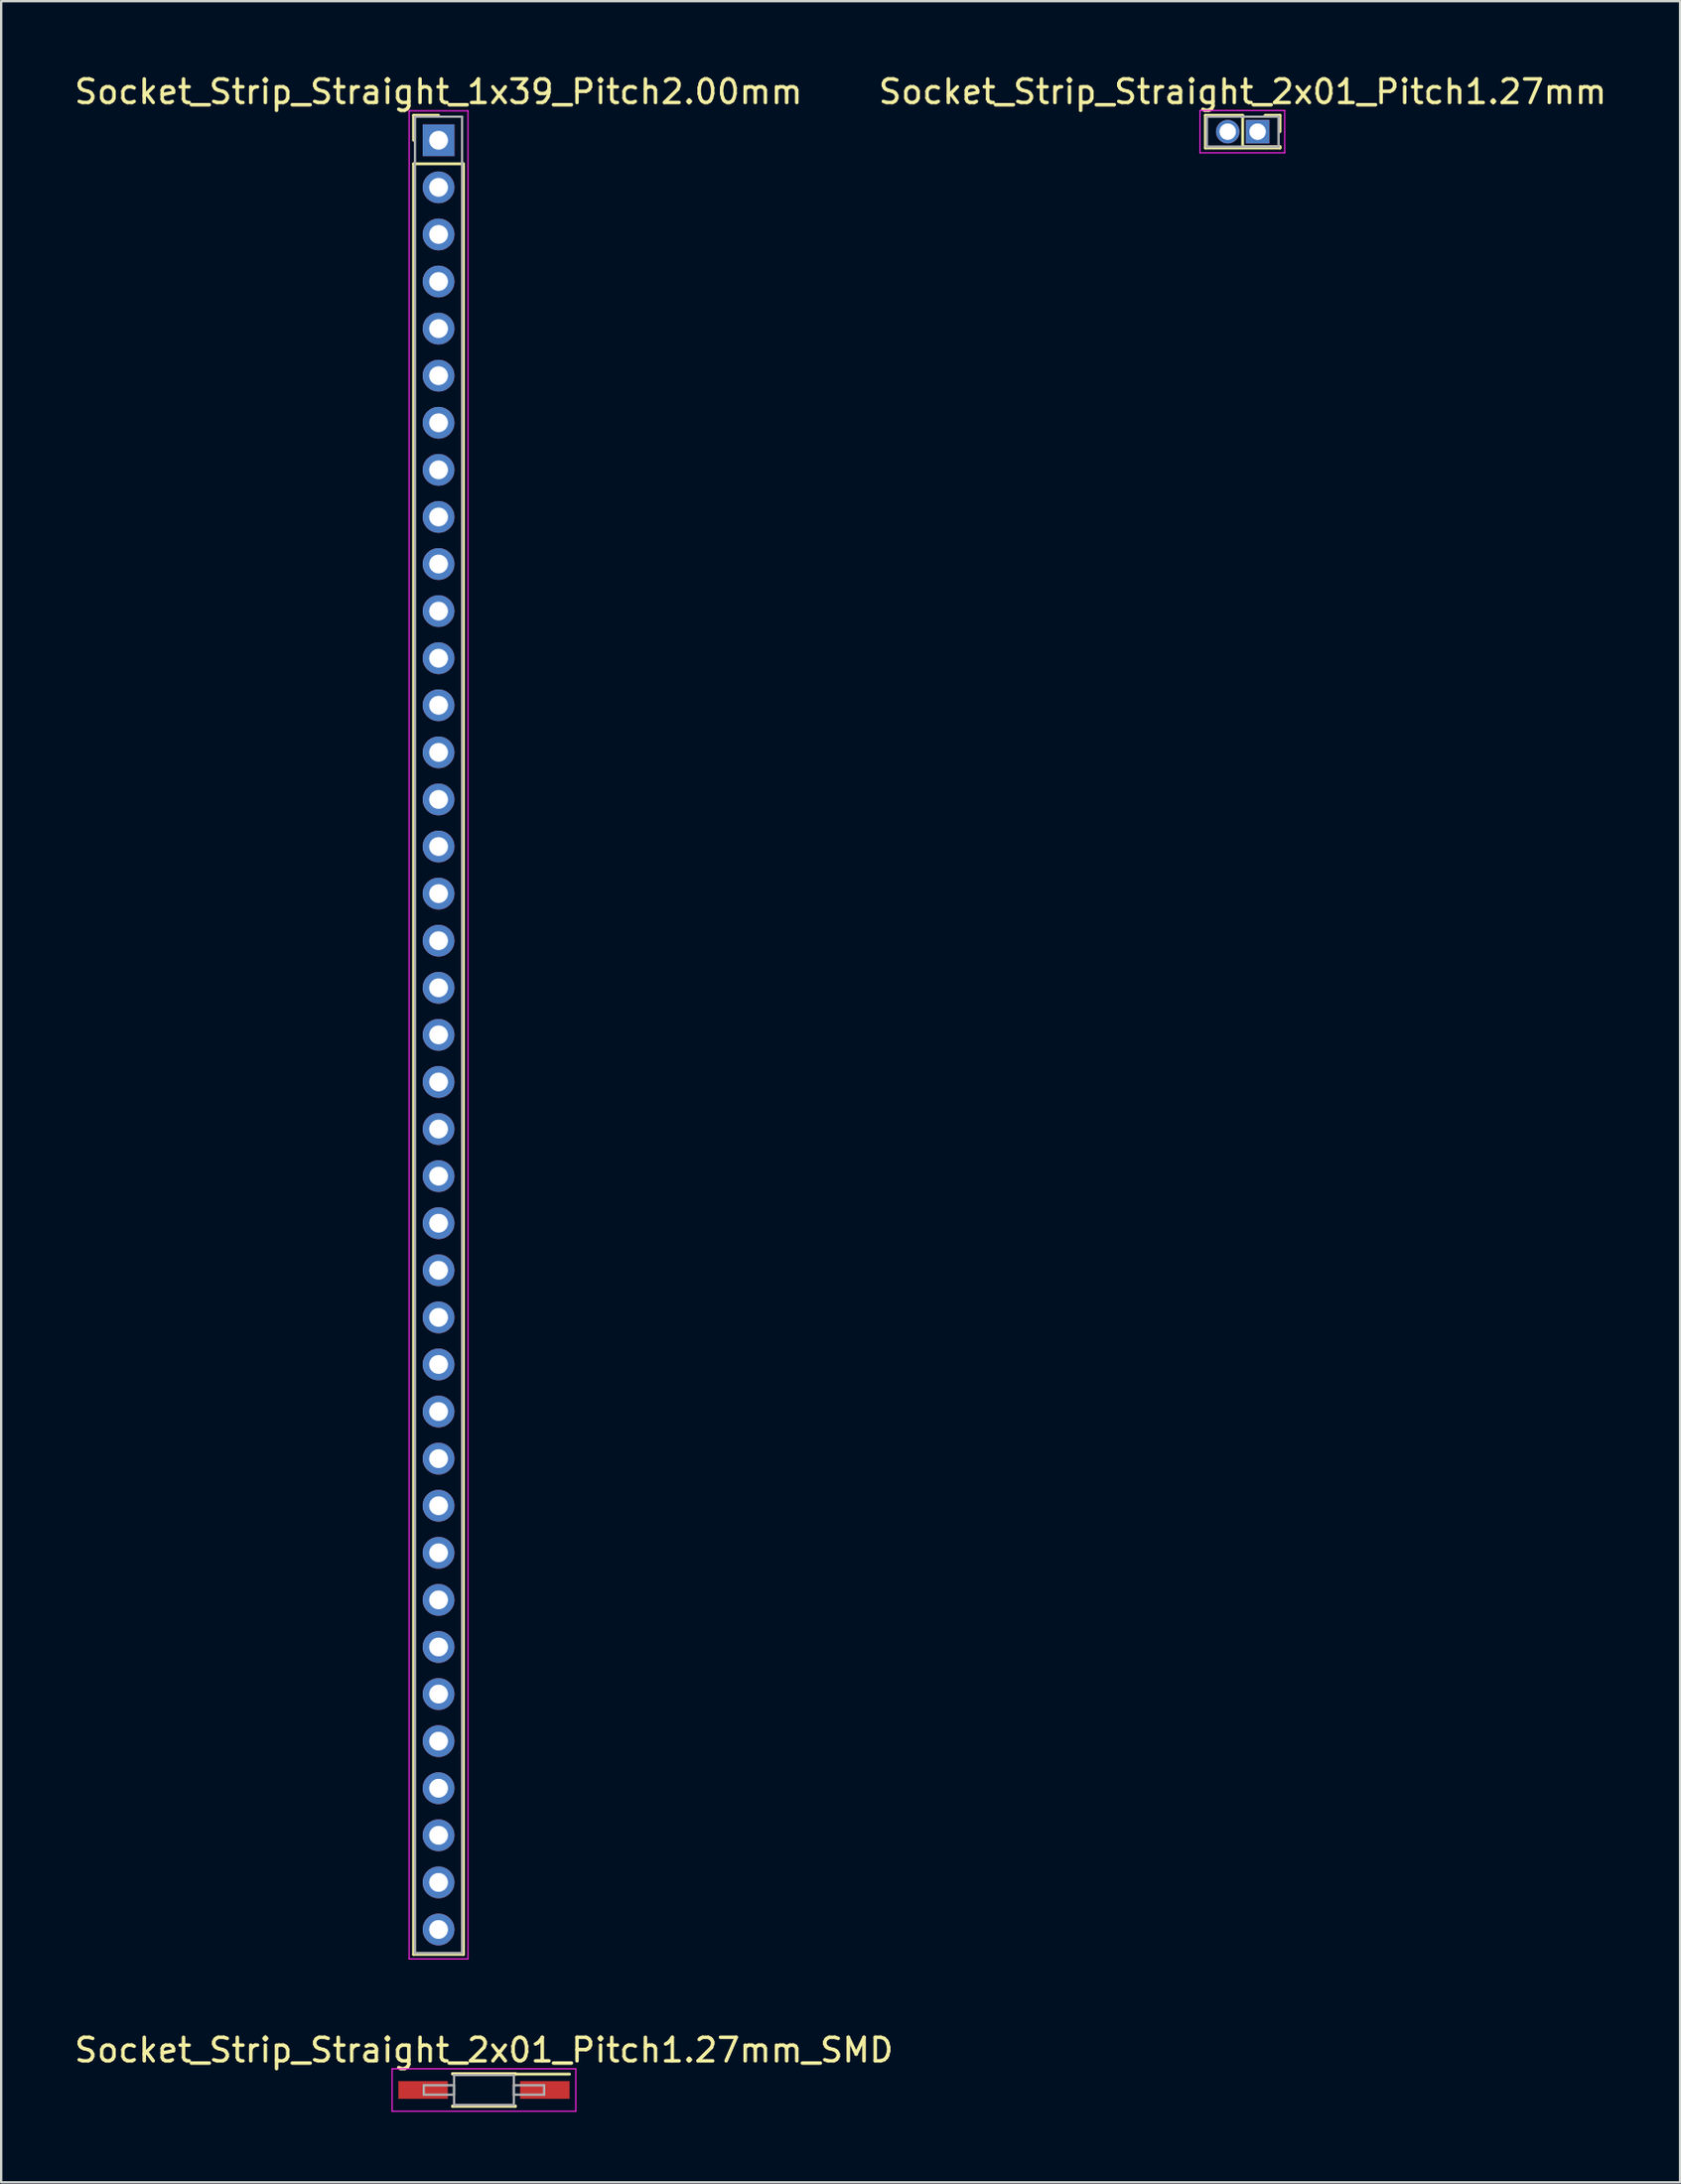
<source format=kicad_pcb>
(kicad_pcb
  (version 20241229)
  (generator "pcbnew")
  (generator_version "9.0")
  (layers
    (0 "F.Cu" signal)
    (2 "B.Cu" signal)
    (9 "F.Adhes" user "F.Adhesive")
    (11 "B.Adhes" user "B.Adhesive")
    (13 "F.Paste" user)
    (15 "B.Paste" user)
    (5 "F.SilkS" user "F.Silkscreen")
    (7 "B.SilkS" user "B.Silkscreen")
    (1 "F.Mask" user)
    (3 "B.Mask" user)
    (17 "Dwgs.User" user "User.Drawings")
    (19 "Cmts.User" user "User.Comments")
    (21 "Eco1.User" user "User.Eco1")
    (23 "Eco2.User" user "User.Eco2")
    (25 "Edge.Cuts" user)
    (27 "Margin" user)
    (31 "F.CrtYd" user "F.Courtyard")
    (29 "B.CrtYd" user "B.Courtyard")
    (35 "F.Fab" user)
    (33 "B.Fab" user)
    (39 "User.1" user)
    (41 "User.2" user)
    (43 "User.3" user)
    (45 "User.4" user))
  (footprint "Socket_Strip_Straight_2x01_Pitch1.27mm_SMD"
    (layer "F.Cu")
    (at 17.506 85.727)
    (property "Reference" "Socket_Strip_Straight_2x01_Pitch1.27mm_SMD" (at 0 -1.695 0) (layer "F.SilkS") (effects (font (size 1 1) (thickness 0.15))))
    (attr smd)
    (fp_line (start -1.33 -0.695) (end 1.33 -0.695) (stroke (width 0.12) (type solid)) (layer "F.SilkS"))
    (fp_line (start -1.33 -0.675) (end -1.33 -0.695) (stroke (width 0.12) (type solid)) (layer "F.SilkS"))
    (fp_line (start -1.33 0.675) (end -1.33 0.695) (stroke (width 0.12) (type solid)) (layer "F.SilkS"))
    (fp_line (start -1.33 0.695) (end 1.33 0.695) (stroke (width 0.12) (type solid)) (layer "F.SilkS"))
    (fp_line (start 1.33 -0.695) (end 1.33 -0.675) (stroke (width 0.12) (type solid)) (layer "F.SilkS"))
    (fp_line (start 1.33 0.695) (end 1.33 0.675) (stroke (width 0.12) (type solid)) (layer "F.SilkS"))
    (fp_line (start 3.635 -0.675) (end 1.33 -0.675) (stroke (width 0.12) (type solid)) (layer "F.SilkS"))
    (fp_line (start -3.9 -0.9) (end -3.9 0.9) (stroke (width 0.05) (type solid)) (layer "F.CrtYd"))
    (fp_line (start -3.9 0.9) (end 3.9 0.9) (stroke (width 0.05) (type solid)) (layer "F.CrtYd"))
    (fp_line (start 3.9 -0.9) (end -3.9 -0.9) (stroke (width 0.05) (type solid)) (layer "F.CrtYd"))
    (fp_line (start 3.9 0.9) (end 3.9 -0.9) (stroke (width 0.05) (type solid)) (layer "F.CrtYd"))
    (fp_line (start -2.555 -0.2) (end -1.27 -0.2) (stroke (width 0.1) (type solid)) (layer "F.Fab"))
    (fp_line (start -2.555 0.2) (end -2.555 -0.2) (stroke (width 0.1) (type solid)) (layer "F.Fab"))
    (fp_line (start -1.27 -0.635) (end -1.27 0.635) (stroke (width 0.1) (type solid)) (layer "F.Fab"))
    (fp_line (start -1.27 -0.2) (end -1.27 0.2) (stroke (width 0.1) (type solid)) (layer "F.Fab"))
    (fp_line (start -1.27 0.2) (end -2.555 0.2) (stroke (width 0.1) (type solid)) (layer "F.Fab"))
    (fp_line (start -1.27 0.635) (end 1.27 0.635) (stroke (width 0.1) (type solid)) (layer "F.Fab"))
    (fp_line (start 1.27 -0.635) (end -1.27 -0.635) (stroke (width 0.1) (type solid)) (layer "F.Fab"))
    (fp_line (start 1.27 -0.2) (end 1.27 0.2) (stroke (width 0.1) (type solid)) (layer "F.Fab"))
    (fp_line (start 1.27 0.2) (end 2.555 0.2) (stroke (width 0.1) (type solid)) (layer "F.Fab"))
    (fp_line (start 1.27 0.635) (end 1.27 -0.635) (stroke (width 0.1) (type solid)) (layer "F.Fab"))
    (fp_line (start 2.555 -0.2) (end 1.27 -0.2) (stroke (width 0.1) (type solid)) (layer "F.Fab"))
    (fp_line (start 2.555 0.2) (end 2.555 -0.2) (stroke (width 0.1) (type solid)) (layer "F.Fab"))
    (pad "1" smd rect (at 2.585 0) (size 2.1 0.75) (layers "F.Cu" "F.Mask"))
    (pad "2" smd rect (at -2.585 0) (size 2.1 0.75) (layers "F.Cu" "F.Mask")))
  (footprint "Socket_Strip_Straight_1x39_Pitch2.00mm"
    (layer "F.Cu")
    (at 15.577 2.908)
    (property "Reference" "Socket_Strip_Straight_1x39_Pitch2.00mm" (at 0 -2.06 0) (layer "F.SilkS") (effects (font (size 1 1) (thickness 0.15))))
    (attr through_hole)
    (fp_line (start -1.06 -1.06) (end 0 -1.06) (stroke (width 0.12) (type solid)) (layer "F.SilkS"))
    (fp_line (start -1.06 0) (end -1.06 -1.06) (stroke (width 0.12) (type solid)) (layer "F.SilkS"))
    (fp_line (start -1.06 1) (end -1.06 77.06) (stroke (width 0.12) (type solid)) (layer "F.SilkS"))
    (fp_line (start -1.06 77.06) (end 1.06 77.06) (stroke (width 0.12) (type solid)) (layer "F.SilkS"))
    (fp_line (start 1.06 1) (end -1.06 1) (stroke (width 0.12) (type solid)) (layer "F.SilkS"))
    (fp_line (start 1.06 77.06) (end 1.06 1) (stroke (width 0.12) (type solid)) (layer "F.SilkS"))
    (fp_line (start -1.25 -1.25) (end -1.25 77.25) (stroke (width 0.05) (type solid)) (layer "F.CrtYd"))
    (fp_line (start -1.25 77.25) (end 1.25 77.25) (stroke (width 0.05) (type solid)) (layer "F.CrtYd"))
    (fp_line (start 1.25 -1.25) (end -1.25 -1.25) (stroke (width 0.05) (type solid)) (layer "F.CrtYd"))
    (fp_line (start 1.25 77.25) (end 1.25 -1.25) (stroke (width 0.05) (type solid)) (layer "F.CrtYd"))
    (fp_line (start -1 -1) (end -1 77) (stroke (width 0.1) (type solid)) (layer "F.Fab"))
    (fp_line (start -1 77) (end 1 77) (stroke (width 0.1) (type solid)) (layer "F.Fab"))
    (fp_line (start 1 -1) (end -1 -1) (stroke (width 0.1) (type solid)) (layer "F.Fab"))
    (fp_line (start 1 77) (end 1 -1) (stroke (width 0.1) (type solid)) (layer "F.Fab"))
    (pad "1" thru_hole rect (at 0 0) (size 1.35 1.35) (drill 0.8) (layers "*.Cu" "*.Mask"))
    (pad "2" thru_hole oval (at 0 2) (size 1.35 1.35) (drill 0.8) (layers "*.Cu" "*.Mask"))
    (pad "3" thru_hole oval (at 0 4) (size 1.35 1.35) (drill 0.8) (layers "*.Cu" "*.Mask"))
    (pad "4" thru_hole oval (at 0 6) (size 1.35 1.35) (drill 0.8) (layers "*.Cu" "*.Mask"))
    (pad "5" thru_hole oval (at 0 8) (size 1.35 1.35) (drill 0.8) (layers "*.Cu" "*.Mask"))
    (pad "6" thru_hole oval (at 0 10) (size 1.35 1.35) (drill 0.8) (layers "*.Cu" "*.Mask"))
    (pad "7" thru_hole oval (at 0 12) (size 1.35 1.35) (drill 0.8) (layers "*.Cu" "*.Mask"))
    (pad "8" thru_hole oval (at 0 14) (size 1.35 1.35) (drill 0.8) (layers "*.Cu" "*.Mask"))
    (pad "9" thru_hole oval (at 0 16) (size 1.35 1.35) (drill 0.8) (layers "*.Cu" "*.Mask"))
    (pad "10" thru_hole oval (at 0 18) (size 1.35 1.35) (drill 0.8) (layers "*.Cu" "*.Mask"))
    (pad "11" thru_hole oval (at 0 20) (size 1.35 1.35) (drill 0.8) (layers "*.Cu" "*.Mask"))
    (pad "12" thru_hole oval (at 0 22) (size 1.35 1.35) (drill 0.8) (layers "*.Cu" "*.Mask"))
    (pad "13" thru_hole oval (at 0 24) (size 1.35 1.35) (drill 0.8) (layers "*.Cu" "*.Mask"))
    (pad "14" thru_hole oval (at 0 26) (size 1.35 1.35) (drill 0.8) (layers "*.Cu" "*.Mask"))
    (pad "15" thru_hole oval (at 0 28) (size 1.35 1.35) (drill 0.8) (layers "*.Cu" "*.Mask"))
    (pad "16" thru_hole oval (at 0 30) (size 1.35 1.35) (drill 0.8) (layers "*.Cu" "*.Mask"))
    (pad "17" thru_hole oval (at 0 32) (size 1.35 1.35) (drill 0.8) (layers "*.Cu" "*.Mask"))
    (pad "18" thru_hole oval (at 0 34) (size 1.35 1.35) (drill 0.8) (layers "*.Cu" "*.Mask"))
    (pad "19" thru_hole oval (at 0 36) (size 1.35 1.35) (drill 0.8) (layers "*.Cu" "*.Mask"))
    (pad "20" thru_hole oval (at 0 38) (size 1.35 1.35) (drill 0.8) (layers "*.Cu" "*.Mask"))
    (pad "21" thru_hole oval (at 0 40) (size 1.35 1.35) (drill 0.8) (layers "*.Cu" "*.Mask"))
    (pad "22" thru_hole oval (at 0 42) (size 1.35 1.35) (drill 0.8) (layers "*.Cu" "*.Mask"))
    (pad "23" thru_hole oval (at 0 44) (size 1.35 1.35) (drill 0.8) (layers "*.Cu" "*.Mask"))
    (pad "24" thru_hole oval (at 0 46) (size 1.35 1.35) (drill 0.8) (layers "*.Cu" "*.Mask"))
    (pad "25" thru_hole oval (at 0 48) (size 1.35 1.35) (drill 0.8) (layers "*.Cu" "*.Mask"))
    (pad "26" thru_hole oval (at 0 50) (size 1.35 1.35) (drill 0.8) (layers "*.Cu" "*.Mask"))
    (pad "27" thru_hole oval (at 0 52) (size 1.35 1.35) (drill 0.8) (layers "*.Cu" "*.Mask"))
    (pad "28" thru_hole oval (at 0 54) (size 1.35 1.35) (drill 0.8) (layers "*.Cu" "*.Mask"))
    (pad "29" thru_hole oval (at 0 56) (size 1.35 1.35) (drill 0.8) (layers "*.Cu" "*.Mask"))
    (pad "30" thru_hole oval (at 0 58) (size 1.35 1.35) (drill 0.8) (layers "*.Cu" "*.Mask"))
    (pad "31" thru_hole oval (at 0 60) (size 1.35 1.35) (drill 0.8) (layers "*.Cu" "*.Mask"))
    (pad "32" thru_hole oval (at 0 62) (size 1.35 1.35) (drill 0.8) (layers "*.Cu" "*.Mask"))
    (pad "33" thru_hole oval (at 0 64) (size 1.35 1.35) (drill 0.8) (layers "*.Cu" "*.Mask"))
    (pad "34" thru_hole oval (at 0 66) (size 1.35 1.35) (drill 0.8) (layers "*.Cu" "*.Mask"))
    (pad "35" thru_hole oval (at 0 68) (size 1.35 1.35) (drill 0.8) (layers "*.Cu" "*.Mask"))
    (pad "36" thru_hole oval (at 0 70) (size 1.35 1.35) (drill 0.8) (layers "*.Cu" "*.Mask"))
    (pad "37" thru_hole oval (at 0 72) (size 1.35 1.35) (drill 0.8) (layers "*.Cu" "*.Mask"))
    (pad "38" thru_hole oval (at 0 74) (size 1.35 1.35) (drill 0.8) (layers "*.Cu" "*.Mask"))
    (pad "39" thru_hole oval (at 0 76) (size 1.35 1.35) (drill 0.8) (layers "*.Cu" "*.Mask")))
  (footprint "Socket_Strip_Straight_2x01_Pitch1.27mm"
    (layer "F.Cu")
    (at 50.367 2.543)
    (property "Reference" "Socket_Strip_Straight_2x01_Pitch1.27mm" (at -0.635 -1.695 0) (layer "F.SilkS") (effects (font (size 1 1) (thickness 0.15))))
    (attr through_hole)
    (fp_line (start -2.22 -0.695) (end -0.635 -0.695) (stroke (width 0.12) (type solid)) (layer "F.SilkS"))
    (fp_line (start -2.22 0.695) (end -2.22 -0.695) (stroke (width 0.12) (type solid)) (layer "F.SilkS"))
    (fp_line (start -0.635 -0.695) (end -0.635 0.635) (stroke (width 0.12) (type solid)) (layer "F.SilkS"))
    (fp_line (start -0.635 0.635) (end 0.95 0.635) (stroke (width 0.12) (type solid)) (layer "F.SilkS"))
    (fp_line (start 0.95 -0.695) (end 0.315 -0.695) (stroke (width 0.12) (type solid)) (layer "F.SilkS"))
    (fp_line (start 0.95 0) (end 0.95 -0.695) (stroke (width 0.12) (type solid)) (layer "F.SilkS"))
    (fp_line (start 0.95 0.635) (end 0.95 0.695) (stroke (width 0.12) (type solid)) (layer "F.SilkS"))
    (fp_line (start 0.95 0.695) (end -2.22 0.695) (stroke (width 0.12) (type solid)) (layer "F.SilkS"))
    (fp_line (start -2.45 -0.9) (end -2.45 0.9) (stroke (width 0.05) (type solid)) (layer "F.CrtYd"))
    (fp_line (start -2.45 0.9) (end 1.15 0.9) (stroke (width 0.05) (type solid)) (layer "F.CrtYd"))
    (fp_line (start 1.15 -0.9) (end -2.45 -0.9) (stroke (width 0.05) (type solid)) (layer "F.CrtYd"))
    (fp_line (start 1.15 0.9) (end 1.15 -0.9) (stroke (width 0.05) (type solid)) (layer "F.CrtYd"))
    (fp_line (start -2.16 -0.635) (end -2.16 0.635) (stroke (width 0.1) (type solid)) (layer "F.Fab"))
    (fp_line (start -2.16 0.635) (end 0.89 0.635) (stroke (width 0.1) (type solid)) (layer "F.Fab"))
    (fp_line (start 0.89 -0.635) (end -2.16 -0.635) (stroke (width 0.1) (type solid)) (layer "F.Fab"))
    (fp_line (start 0.89 0.635) (end 0.89 -0.635) (stroke (width 0.1) (type solid)) (layer "F.Fab"))
    (pad "1" thru_hole rect (at 0 0) (size 1 1) (drill 0.7) (layers "*.Cu" "*.Mask"))
    (pad "2" thru_hole oval (at -1.27 0) (size 1 1) (drill 0.7) (layers "*.Cu" "*.Mask")))
  (gr_rect
    (start -3 -3)
    (end 68.31 89.651)
    (stroke (width 0.1) (type default))
    (fill no)
    (layer "Edge.Cuts")))
</source>
